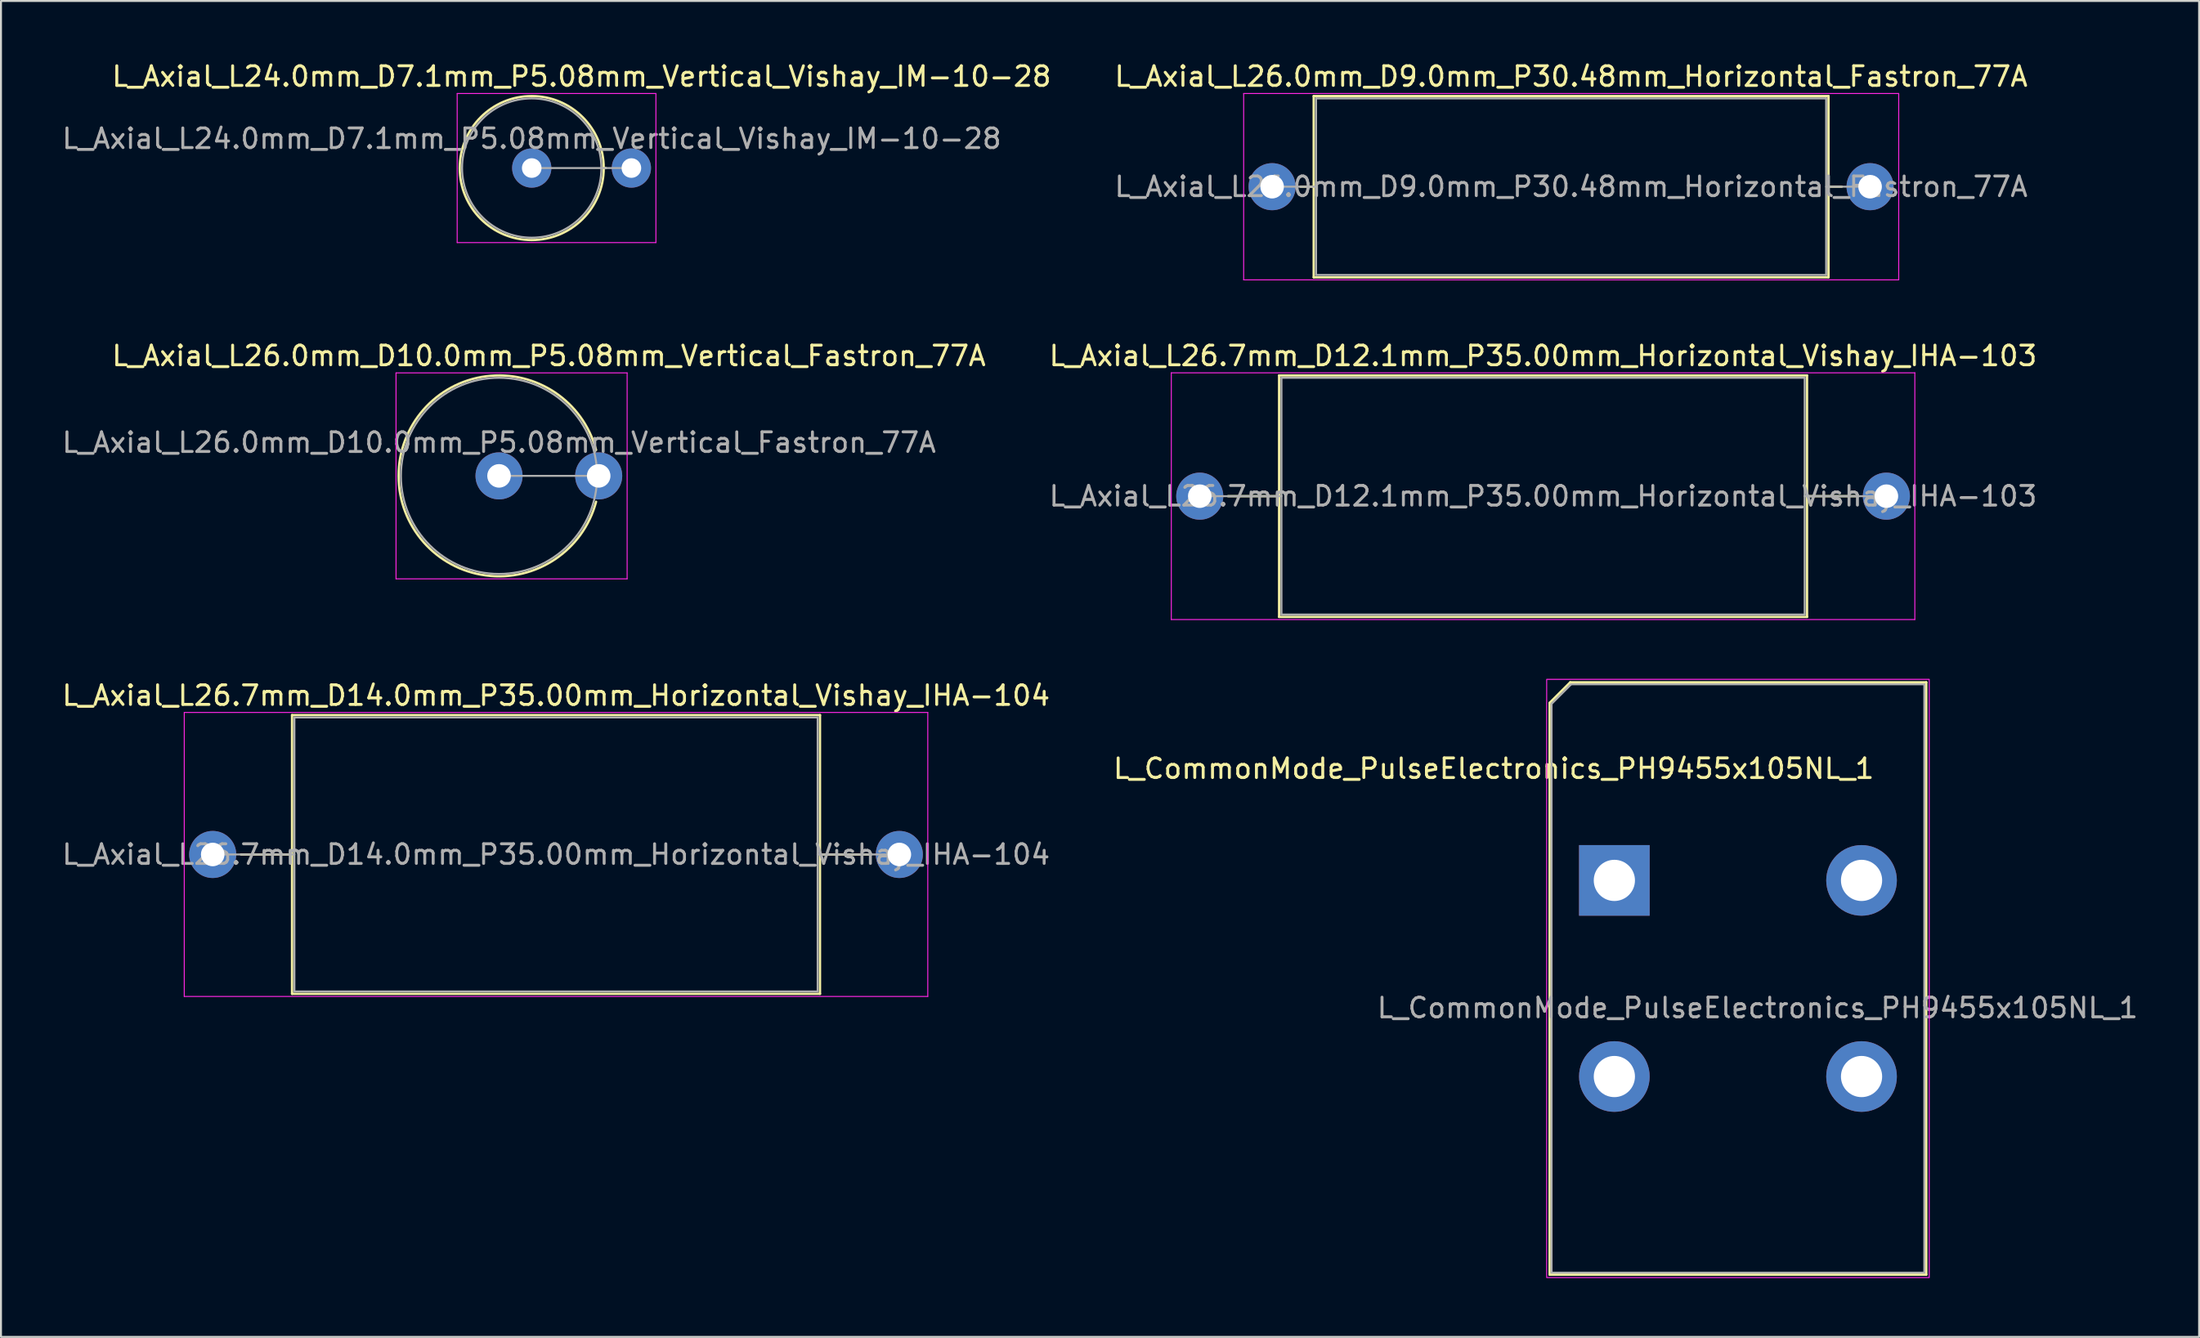
<source format=kicad_pcb>
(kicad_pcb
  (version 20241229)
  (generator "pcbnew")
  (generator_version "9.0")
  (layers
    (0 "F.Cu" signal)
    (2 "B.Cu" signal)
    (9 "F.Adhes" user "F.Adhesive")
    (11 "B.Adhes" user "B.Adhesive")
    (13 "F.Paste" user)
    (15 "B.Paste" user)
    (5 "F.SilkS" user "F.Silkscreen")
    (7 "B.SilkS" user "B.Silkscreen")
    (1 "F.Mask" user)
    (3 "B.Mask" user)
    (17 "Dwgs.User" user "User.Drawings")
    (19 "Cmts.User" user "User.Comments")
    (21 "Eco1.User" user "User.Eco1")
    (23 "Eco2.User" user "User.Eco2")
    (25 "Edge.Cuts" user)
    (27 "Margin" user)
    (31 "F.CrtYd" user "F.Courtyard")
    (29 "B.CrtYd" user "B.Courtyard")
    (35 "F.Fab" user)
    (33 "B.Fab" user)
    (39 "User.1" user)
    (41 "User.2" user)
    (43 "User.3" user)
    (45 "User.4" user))
  (footprint "L_Axial_L26.0mm_D9.0mm_P30.48mm_Horizontal_Fastron_77A"
    (layer "F.Cu")
    (at 61.794 6.468)
    (property "Reference" "L_Axial_L26.0mm_D9.0mm_P30.48mm_Horizontal_Fastron_77A" (at 15.24 -5.62 0) (layer "F.SilkS") (effects (font (size 1 1) (thickness 0.15))))
    (attr through_hole)
    (fp_line (start 1.44 0) (end 2.12 0) (stroke (width 0.12) (type solid)) (layer "F.SilkS"))
    (fp_line (start 2.12 -4.62) (end 2.12 4.62) (stroke (width 0.12) (type solid)) (layer "F.SilkS"))
    (fp_line (start 2.12 4.62) (end 28.36 4.62) (stroke (width 0.12) (type solid)) (layer "F.SilkS"))
    (fp_line (start 28.36 -4.62) (end 2.12 -4.62) (stroke (width 0.12) (type solid)) (layer "F.SilkS"))
    (fp_line (start 28.36 4.62) (end 28.36 -4.62) (stroke (width 0.12) (type solid)) (layer "F.SilkS"))
    (fp_line (start 29.04 0) (end 28.36 0) (stroke (width 0.12) (type solid)) (layer "F.SilkS"))
    (fp_line (start -1.45 -4.75) (end -1.45 4.75) (stroke (width 0.05) (type solid)) (layer "F.CrtYd"))
    (fp_line (start -1.45 4.75) (end 31.94 4.75) (stroke (width 0.05) (type solid)) (layer "F.CrtYd"))
    (fp_line (start 31.94 -4.75) (end -1.45 -4.75) (stroke (width 0.05) (type solid)) (layer "F.CrtYd"))
    (fp_line (start 31.94 4.75) (end 31.94 -4.75) (stroke (width 0.05) (type solid)) (layer "F.CrtYd"))
    (fp_line (start 0 0) (end 2.24 0) (stroke (width 0.1) (type solid)) (layer "F.Fab"))
    (fp_line (start 2.24 -4.5) (end 2.24 4.5) (stroke (width 0.1) (type solid)) (layer "F.Fab"))
    (fp_line (start 2.24 4.5) (end 28.24 4.5) (stroke (width 0.1) (type solid)) (layer "F.Fab"))
    (fp_line (start 28.24 -4.5) (end 2.24 -4.5) (stroke (width 0.1) (type solid)) (layer "F.Fab"))
    (fp_line (start 28.24 4.5) (end 28.24 -4.5) (stroke (width 0.1) (type solid)) (layer "F.Fab"))
    (fp_line (start 30.48 0) (end 28.24 0) (stroke (width 0.1) (type solid)) (layer "F.Fab"))
    (fp_text user "${REFERENCE}" (at 15.24 0 0) (layer "F.Fab") (effects (font (size 1 1) (thickness 0.15))))
    (pad "1" thru_hole circle (at 0 0) (size 2.4 2.4) (drill 1.2) (layers "*.Cu" "*.Mask"))
    (pad "2" thru_hole oval (at 30.48 0) (size 2.4 2.4) (drill 1.2) (layers "*.Cu" "*.Mask")))
  (footprint "L_Axial_L26.7mm_D14.0mm_P35.00mm_Horizontal_Vishay_IHA-104"
    (layer "F.Cu")
    (at 7.792 40.515)
    (property "Reference" "L_Axial_L26.7mm_D14.0mm_P35.00mm_Horizontal_Vishay_IHA-104" (at 17.5 -8.105 0) (layer "F.SilkS") (effects (font (size 1 1) (thickness 0.15))))
    (attr through_hole)
    (fp_line (start 1.44 0) (end 4.045 0) (stroke (width 0.12) (type solid)) (layer "F.SilkS"))
    (fp_line (start 4.045 -7.105) (end 4.045 7.105) (stroke (width 0.12) (type solid)) (layer "F.SilkS"))
    (fp_line (start 4.045 7.105) (end 30.955 7.105) (stroke (width 0.12) (type solid)) (layer "F.SilkS"))
    (fp_line (start 30.955 -7.105) (end 4.045 -7.105) (stroke (width 0.12) (type solid)) (layer "F.SilkS"))
    (fp_line (start 30.955 7.105) (end 30.955 -7.105) (stroke (width 0.12) (type solid)) (layer "F.SilkS"))
    (fp_line (start 33.56 0) (end 30.955 0) (stroke (width 0.12) (type solid)) (layer "F.SilkS"))
    (fp_line (start -1.45 -7.24) (end -1.45 7.24) (stroke (width 0.05) (type solid)) (layer "F.CrtYd"))
    (fp_line (start -1.45 7.24) (end 36.45 7.24) (stroke (width 0.05) (type solid)) (layer "F.CrtYd"))
    (fp_line (start 36.45 -7.24) (end -1.45 -7.24) (stroke (width 0.05) (type solid)) (layer "F.CrtYd"))
    (fp_line (start 36.45 7.24) (end 36.45 -7.24) (stroke (width 0.05) (type solid)) (layer "F.CrtYd"))
    (fp_line (start 0 0) (end 4.165 0) (stroke (width 0.1) (type solid)) (layer "F.Fab"))
    (fp_line (start 4.165 -6.985) (end 4.165 6.985) (stroke (width 0.1) (type solid)) (layer "F.Fab"))
    (fp_line (start 4.165 6.985) (end 30.835 6.985) (stroke (width 0.1) (type solid)) (layer "F.Fab"))
    (fp_line (start 30.835 -6.985) (end 4.165 -6.985) (stroke (width 0.1) (type solid)) (layer "F.Fab"))
    (fp_line (start 30.835 6.985) (end 30.835 -6.985) (stroke (width 0.1) (type solid)) (layer "F.Fab"))
    (fp_line (start 35 0) (end 30.835 0) (stroke (width 0.1) (type solid)) (layer "F.Fab"))
    (fp_text user "${REFERENCE}" (at 17.5 0 0) (layer "F.Fab") (effects (font (size 1 1) (thickness 0.15))))
    (pad "1" thru_hole circle (at 0 0) (size 2.4 2.4) (drill 1.2) (layers "*.Cu" "*.Mask"))
    (pad "2" thru_hole oval (at 35 0) (size 2.4 2.4) (drill 1.2) (layers "*.Cu" "*.Mask")))
  (footprint "L_Axial_L26.0mm_D10.0mm_P5.08mm_Vertical_Fastron_77A"
    (layer "F.Cu")
    (at 22.387 21.212)
    (property "Reference" "L_Axial_L26.0mm_D10.0mm_P5.08mm_Vertical_Fastron_77A" (at 2.54 -6.12 0) (layer "F.SilkS") (effects (font (size 1 1) (thickness 0.15))))
    (attr through_hole)
    (fp_arc (start 4.946918 1.32) (mid -5.12 0) (end 4.946918 -1.32) (stroke (width 0.12) (type solid)) (layer "F.SilkS"))
    (fp_line (start -5.25 -5.25) (end -5.25 5.25) (stroke (width 0.05) (type solid)) (layer "F.CrtYd"))
    (fp_line (start -5.25 5.25) (end 6.53 5.25) (stroke (width 0.05) (type solid)) (layer "F.CrtYd"))
    (fp_line (start 6.53 -5.25) (end -5.25 -5.25) (stroke (width 0.05) (type solid)) (layer "F.CrtYd"))
    (fp_line (start 6.53 5.25) (end 6.53 -5.25) (stroke (width 0.05) (type solid)) (layer "F.CrtYd"))
    (fp_line (start 0 0) (end 5.08 0) (stroke (width 0.1) (type solid)) (layer "F.Fab"))
    (fp_circle (center 0 0) (end 5 0) (stroke (width 0.1) (type solid)) (fill no) (layer "F.Fab"))
    (fp_text user "${REFERENCE}" (at 0 -1.7 0) (layer "F.Fab") (effects (font (size 1 1) (thickness 0.15))))
    (pad "1" thru_hole circle (at 0 0) (size 2.4 2.4) (drill 1.2) (layers "*.Cu" "*.Mask"))
    (pad "2" thru_hole oval (at 5.08 0) (size 2.4 2.4) (drill 1.2) (layers "*.Cu" "*.Mask")))
  (footprint "L_CommonMode_PulseElectronics_PH9455x105NL_1"
    (layer "F.Cu")
    (at 79.239 41.837)
    (property "Reference" "L_CommonMode_PulseElectronics_PH9455x105NL_1" (at -6.15 -5.7 0) (unlocked yes) (layer "F.SilkS") (effects (font (size 1 1) (thickness 0.15))))
    (attr through_hole)
    (fp_line (start -3.3 -9.05) (end -3.3 20.1) (stroke (width 0.12) (type solid)) (layer "F.SilkS"))
    (fp_line (start -3.3 20.1) (end 15.9 20.1) (stroke (width 0.12) (type solid)) (layer "F.SilkS"))
    (fp_line (start -2.25 -10.1) (end -3.3 -9.05) (stroke (width 0.12) (type solid)) (layer "F.SilkS"))
    (fp_line (start 15.9 -10.1) (end -2.25 -10.1) (stroke (width 0.12) (type solid)) (layer "F.SilkS"))
    (fp_line (start 15.9 20.1) (end 15.9 -10.1) (stroke (width 0.12) (type solid)) (layer "F.SilkS"))
    (fp_rect (start -3.45 -10.25) (end 16.05 20.25) (stroke (width 0.05) (type solid)) (fill no) (layer "F.CrtYd"))
    (fp_line (start -3.2 -9) (end -2.2 -10) (stroke (width 0.1) (type solid)) (layer "F.Fab"))
    (fp_line (start -3.2 20) (end -3.2 -9) (stroke (width 0.1) (type solid)) (layer "F.Fab"))
    (fp_line (start -2.2 -10) (end 15.8 -10) (stroke (width 0.1) (type solid)) (layer "F.Fab"))
    (fp_line (start 15.8 -10) (end 15.8 20) (stroke (width 0.1) (type solid)) (layer "F.Fab"))
    (fp_line (start 15.8 20) (end -3.2 20) (stroke (width 0.1) (type solid)) (layer "F.Fab"))
    (fp_text user "${REFERENCE}" (at 7.3 6.5 0) (unlocked yes) (layer "F.Fab") (effects (font (size 1 1) (thickness 0.15))))
    (pad "1" thru_hole rect (at 0 0) (size 3.6 3.6) (drill 2.1) (layers "*.Cu" "*.Mask"))
    (pad "2" thru_hole circle (at 0 10) (size 3.6 3.6) (drill 2.1) (layers "*.Cu" "*.Mask"))
    (pad "3" thru_hole circle (at 12.6 10) (size 3.6 3.6) (drill 2.1) (layers "*.Cu" "*.Mask"))
    (pad "4" thru_hole circle (at 12.6 0) (size 3.6 3.6) (drill 2.1) (layers "*.Cu" "*.Mask")))
  (footprint "L_Axial_L24.0mm_D7.1mm_P5.08mm_Vertical_Vishay_IM-10-28"
    (layer "F.Cu")
    (at 24.054 5.518)
    (property "Reference" "L_Axial_L24.0mm_D7.1mm_P5.08mm_Vertical_Vishay_IM-10-28" (at 2.54 -4.67 0) (layer "F.SilkS") (effects (font (size 1 1) (thickness 0.15))))
    (attr through_hole)
    (fp_line (start 3.67 0) (end 3.78 0) (stroke (width 0.12) (type solid)) (layer "F.SilkS"))
    (fp_circle (center 0 0) (end 3.67 0) (stroke (width 0.12) (type solid)) (fill no) (layer "F.SilkS"))
    (fp_line (start -3.8 -3.8) (end -3.8 3.8) (stroke (width 0.05) (type solid)) (layer "F.CrtYd"))
    (fp_line (start -3.8 3.8) (end 6.33 3.8) (stroke (width 0.05) (type solid)) (layer "F.CrtYd"))
    (fp_line (start 6.33 -3.8) (end -3.8 -3.8) (stroke (width 0.05) (type solid)) (layer "F.CrtYd"))
    (fp_line (start 6.33 3.8) (end 6.33 -3.8) (stroke (width 0.05) (type solid)) (layer "F.CrtYd"))
    (fp_line (start 0 0) (end 5.08 0) (stroke (width 0.1) (type solid)) (layer "F.Fab"))
    (fp_circle (center 0 0) (end 3.55 0) (stroke (width 0.1) (type solid)) (fill no) (layer "F.Fab"))
    (fp_text user "${REFERENCE}" (at 0 -1.5 0) (layer "F.Fab") (effects (font (size 1 1) (thickness 0.15))))
    (pad "1" thru_hole circle (at 0 0) (size 2 2) (drill 1) (layers "*.Cu" "*.Mask"))
    (pad "2" thru_hole oval (at 5.08 0) (size 2 2) (drill 1) (layers "*.Cu" "*.Mask")))
  (footprint "L_Axial_L26.7mm_D12.1mm_P35.00mm_Horizontal_Vishay_IHA-103"
    (layer "F.Cu")
    (at 58.105 22.247)
    (property "Reference" "L_Axial_L26.7mm_D12.1mm_P35.00mm_Horizontal_Vishay_IHA-103" (at 17.5 -7.155 0) (layer "F.SilkS") (effects (font (size 1 1) (thickness 0.15))))
    (attr through_hole)
    (fp_line (start 1.44 0) (end 4.045 0) (stroke (width 0.12) (type solid)) (layer "F.SilkS"))
    (fp_line (start 4.045 -6.155) (end 4.045 6.155) (stroke (width 0.12) (type solid)) (layer "F.SilkS"))
    (fp_line (start 4.045 6.155) (end 30.955 6.155) (stroke (width 0.12) (type solid)) (layer "F.SilkS"))
    (fp_line (start 30.955 -6.155) (end 4.045 -6.155) (stroke (width 0.12) (type solid)) (layer "F.SilkS"))
    (fp_line (start 30.955 6.155) (end 30.955 -6.155) (stroke (width 0.12) (type solid)) (layer "F.SilkS"))
    (fp_line (start 33.56 0) (end 30.955 0) (stroke (width 0.12) (type solid)) (layer "F.SilkS"))
    (fp_line (start -1.45 -6.29) (end -1.45 6.29) (stroke (width 0.05) (type solid)) (layer "F.CrtYd"))
    (fp_line (start -1.45 6.29) (end 36.45 6.29) (stroke (width 0.05) (type solid)) (layer "F.CrtYd"))
    (fp_line (start 36.45 -6.29) (end -1.45 -6.29) (stroke (width 0.05) (type solid)) (layer "F.CrtYd"))
    (fp_line (start 36.45 6.29) (end 36.45 -6.29) (stroke (width 0.05) (type solid)) (layer "F.CrtYd"))
    (fp_line (start 0 0) (end 4.165 0) (stroke (width 0.1) (type solid)) (layer "F.Fab"))
    (fp_line (start 4.165 -6.035) (end 4.165 6.035) (stroke (width 0.1) (type solid)) (layer "F.Fab"))
    (fp_line (start 4.165 6.035) (end 30.835 6.035) (stroke (width 0.1) (type solid)) (layer "F.Fab"))
    (fp_line (start 30.835 -6.035) (end 4.165 -6.035) (stroke (width 0.1) (type solid)) (layer "F.Fab"))
    (fp_line (start 30.835 6.035) (end 30.835 -6.035) (stroke (width 0.1) (type solid)) (layer "F.Fab"))
    (fp_line (start 35 0) (end 30.835 0) (stroke (width 0.1) (type solid)) (layer "F.Fab"))
    (fp_text user "${REFERENCE}" (at 17.5 0 0) (layer "F.Fab") (effects (font (size 1 1) (thickness 0.15))))
    (pad "1" thru_hole circle (at 0 0) (size 2.4 2.4) (drill 1.2) (layers "*.Cu" "*.Mask"))
    (pad "2" thru_hole oval (at 35 0) (size 2.4 2.4) (drill 1.2) (layers "*.Cu" "*.Mask")))
  (gr_rect
    (start -3 -3)
    (end 109.045 65.112)
    (stroke (width 0.1) (type default))
    (fill no)
    (layer "Edge.Cuts")))
</source>
